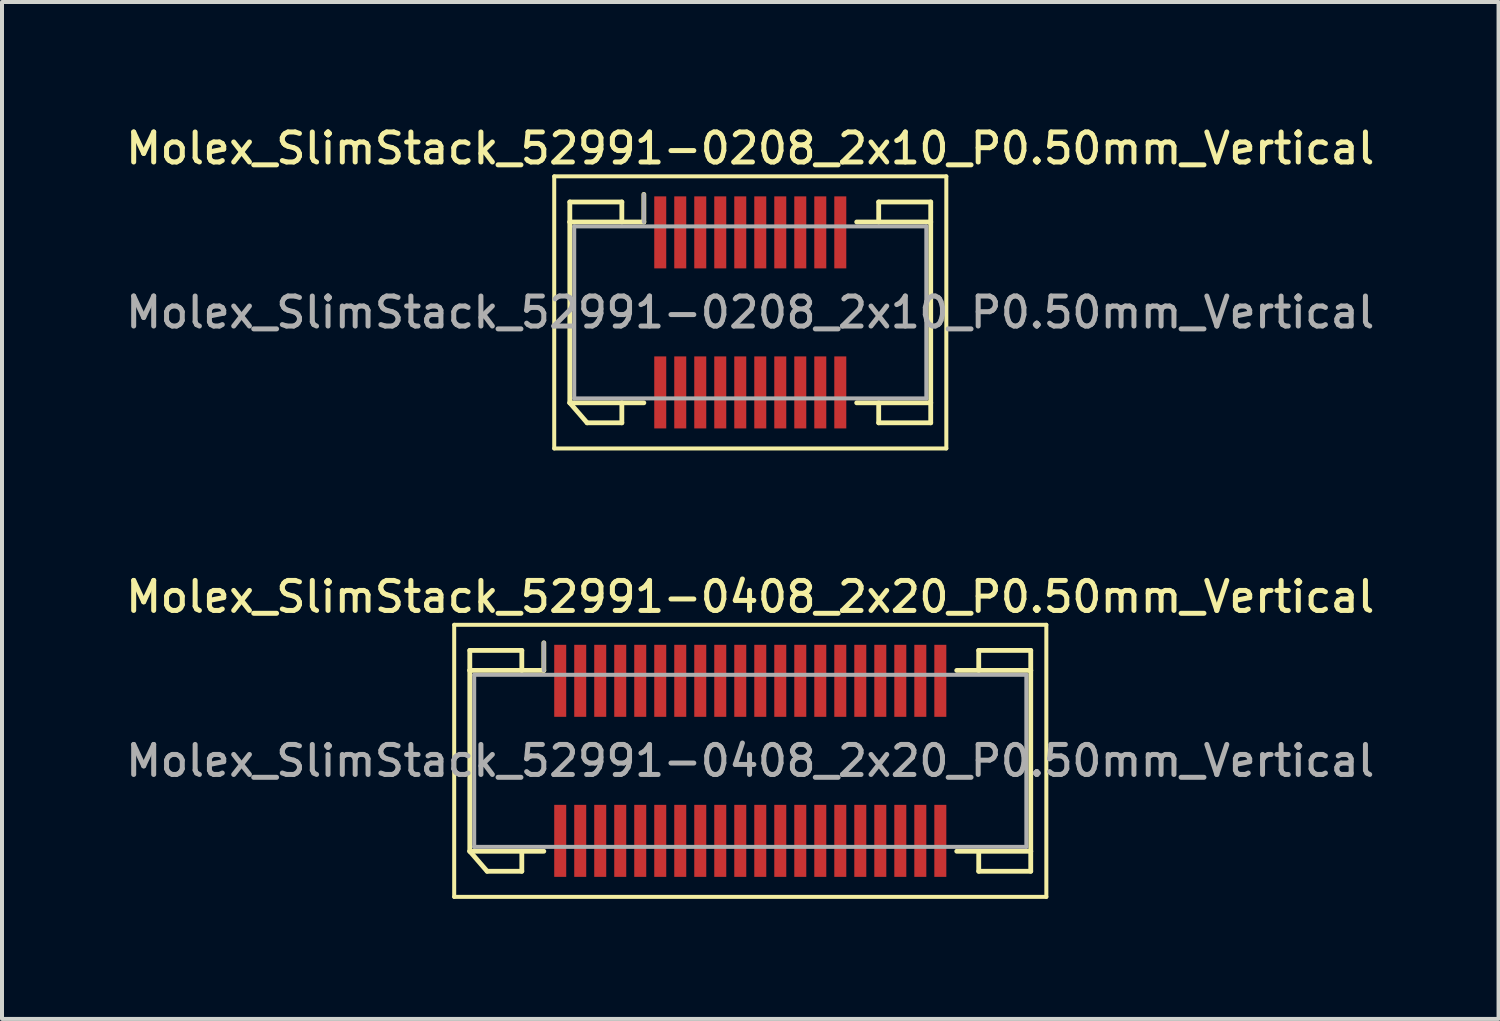
<source format=kicad_pcb>
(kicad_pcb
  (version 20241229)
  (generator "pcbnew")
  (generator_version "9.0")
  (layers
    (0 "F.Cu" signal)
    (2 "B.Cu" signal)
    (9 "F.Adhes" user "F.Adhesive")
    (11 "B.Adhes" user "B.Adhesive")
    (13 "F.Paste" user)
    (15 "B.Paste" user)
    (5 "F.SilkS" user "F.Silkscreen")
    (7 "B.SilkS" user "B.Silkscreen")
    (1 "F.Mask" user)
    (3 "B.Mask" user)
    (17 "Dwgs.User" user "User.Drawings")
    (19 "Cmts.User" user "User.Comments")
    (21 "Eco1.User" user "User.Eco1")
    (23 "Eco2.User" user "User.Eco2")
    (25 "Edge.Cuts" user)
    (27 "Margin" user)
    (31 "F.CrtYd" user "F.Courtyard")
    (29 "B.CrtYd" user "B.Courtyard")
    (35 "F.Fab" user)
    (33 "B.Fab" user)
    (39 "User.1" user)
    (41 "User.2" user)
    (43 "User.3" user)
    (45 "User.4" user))
  (footprint "Molex_SlimStack_52991-0408_2x20_P0.50mm_Vertical"
    (layer "F.Cu")
    (at 15.702 15.966)
    (property "Reference" "Molex_SlimStack_52991-0408_2x20_P0.50mm_Vertical" (at 0 -4.1 0) (layer "F.SilkS") (effects (font (size 0.75 0.75) (thickness 0.125))))
    (attr smd)
    (fp_line (start -7.4 -3.4) (end -7.4 3.4) (stroke (width 0.1) (type solid)) (layer "F.SilkS"))
    (fp_line (start -7.4 3.4) (end 7.4 3.4) (stroke (width 0.1) (type solid)) (layer "F.SilkS"))
    (fp_line (start -7.01 -2.76) (end -5.71 -2.76) (stroke (width 0.12) (type solid)) (layer "F.SilkS"))
    (fp_line (start -7.01 -2.26) (end -7.01 -2.76) (stroke (width 0.12) (type solid)) (layer "F.SilkS"))
    (fp_line (start -7.01 -2.26) (end -5.16 -2.26) (stroke (width 0.12) (type solid)) (layer "F.SilkS"))
    (fp_line (start -7.01 2.26) (end -7.01 -2.26) (stroke (width 0.12) (type solid)) (layer "F.SilkS"))
    (fp_line (start -7.01 2.26) (end -6.577 2.76) (stroke (width 0.12) (type solid)) (layer "F.SilkS"))
    (fp_line (start -6.577 2.76) (end -5.71 2.76) (stroke (width 0.12) (type solid)) (layer "F.SilkS"))
    (fp_line (start -5.71 -2.76) (end -5.71 -2.26) (stroke (width 0.12) (type solid)) (layer "F.SilkS"))
    (fp_line (start -5.71 2.76) (end -5.71 2.26) (stroke (width 0.12) (type solid)) (layer "F.SilkS"))
    (fp_line (start -5.16 -2.26) (end -5.16 -2.95) (stroke (width 0.12) (type solid)) (layer "F.SilkS"))
    (fp_line (start -5.16 2.26) (end -7.01 2.26) (stroke (width 0.12) (type solid)) (layer "F.SilkS"))
    (fp_line (start 5.16 2.26) (end 7.01 2.26) (stroke (width 0.12) (type solid)) (layer "F.SilkS"))
    (fp_line (start 5.71 -2.76) (end 5.71 -2.26) (stroke (width 0.12) (type solid)) (layer "F.SilkS"))
    (fp_line (start 5.71 2.76) (end 5.71 2.26) (stroke (width 0.12) (type solid)) (layer "F.SilkS"))
    (fp_line (start 7.01 -2.76) (end 5.71 -2.76) (stroke (width 0.12) (type solid)) (layer "F.SilkS"))
    (fp_line (start 7.01 -2.26) (end 5.16 -2.26) (stroke (width 0.12) (type solid)) (layer "F.SilkS"))
    (fp_line (start 7.01 -2.26) (end 7.01 -2.76) (stroke (width 0.12) (type solid)) (layer "F.SilkS"))
    (fp_line (start 7.01 2.26) (end 7.01 -2.26) (stroke (width 0.12) (type solid)) (layer "F.SilkS"))
    (fp_line (start 7.01 2.26) (end 7.01 2.76) (stroke (width 0.12) (type solid)) (layer "F.SilkS"))
    (fp_line (start 7.01 2.76) (end 5.71 2.76) (stroke (width 0.12) (type solid)) (layer "F.SilkS"))
    (fp_line (start 7.4 -3.4) (end -7.4 -3.4) (stroke (width 0.1) (type solid)) (layer "F.SilkS"))
    (fp_line (start 7.4 3.4) (end 7.4 -3.4) (stroke (width 0.1) (type solid)) (layer "F.SilkS"))
    (fp_line (start -6.9 -2.15) (end -6.9 2.15) (stroke (width 0.1) (type solid)) (layer "F.Fab"))
    (fp_line (start -6.9 2.15) (end 6.9 2.15) (stroke (width 0.1) (type solid)) (layer "F.Fab"))
    (fp_line (start -5.16 -2.26) (end -5.16 -2.95) (stroke (width 0.1) (type solid)) (layer "F.Fab"))
    (fp_line (start 6.9 -2.15) (end -6.9 -2.15) (stroke (width 0.1) (type solid)) (layer "F.Fab"))
    (fp_line (start 6.9 2.15) (end 6.9 -2.15) (stroke (width 0.1) (type solid)) (layer "F.Fab"))
    (fp_text user "${REFERENCE}" (at 0 0 0) (layer "F.Fab") (effects (font (size 0.75 0.75) (thickness 0.125))))
    (pad "1" smd rect (at -4.75 -2) (size 0.3 1.8) (layers "F.Cu" "F.Mask" "F.Paste"))
    (pad "2" smd rect (at -4.75 2) (size 0.3 1.8) (layers "F.Cu" "F.Mask" "F.Paste"))
    (pad "3" smd rect (at -4.25 -2) (size 0.3 1.8) (layers "F.Cu" "F.Mask" "F.Paste"))
    (pad "4" smd rect (at -4.25 2) (size 0.3 1.8) (layers "F.Cu" "F.Mask" "F.Paste"))
    (pad "5" smd rect (at -3.75 -2) (size 0.3 1.8) (layers "F.Cu" "F.Mask" "F.Paste"))
    (pad "6" smd rect (at -3.75 2) (size 0.3 1.8) (layers "F.Cu" "F.Mask" "F.Paste"))
    (pad "7" smd rect (at -3.25 -2) (size 0.3 1.8) (layers "F.Cu" "F.Mask" "F.Paste"))
    (pad "8" smd rect (at -3.25 2) (size 0.3 1.8) (layers "F.Cu" "F.Mask" "F.Paste"))
    (pad "9" smd rect (at -2.75 -2) (size 0.3 1.8) (layers "F.Cu" "F.Mask" "F.Paste"))
    (pad "10" smd rect (at -2.75 2) (size 0.3 1.8) (layers "F.Cu" "F.Mask" "F.Paste"))
    (pad "11" smd rect (at -2.25 -2) (size 0.3 1.8) (layers "F.Cu" "F.Mask" "F.Paste"))
    (pad "12" smd rect (at -2.25 2) (size 0.3 1.8) (layers "F.Cu" "F.Mask" "F.Paste"))
    (pad "13" smd rect (at -1.75 -2) (size 0.3 1.8) (layers "F.Cu" "F.Mask" "F.Paste"))
    (pad "14" smd rect (at -1.75 2) (size 0.3 1.8) (layers "F.Cu" "F.Mask" "F.Paste"))
    (pad "15" smd rect (at -1.25 -2) (size 0.3 1.8) (layers "F.Cu" "F.Mask" "F.Paste"))
    (pad "16" smd rect (at -1.25 2) (size 0.3 1.8) (layers "F.Cu" "F.Mask" "F.Paste"))
    (pad "17" smd rect (at -0.75 -2) (size 0.3 1.8) (layers "F.Cu" "F.Mask" "F.Paste"))
    (pad "18" smd rect (at -0.75 2) (size 0.3 1.8) (layers "F.Cu" "F.Mask" "F.Paste"))
    (pad "19" smd rect (at -0.25 -2) (size 0.3 1.8) (layers "F.Cu" "F.Mask" "F.Paste"))
    (pad "20" smd rect (at -0.25 2) (size 0.3 1.8) (layers "F.Cu" "F.Mask" "F.Paste"))
    (pad "21" smd rect (at 0.25 -2) (size 0.3 1.8) (layers "F.Cu" "F.Mask" "F.Paste"))
    (pad "22" smd rect (at 0.25 2) (size 0.3 1.8) (layers "F.Cu" "F.Mask" "F.Paste"))
    (pad "23" smd rect (at 0.75 -2) (size 0.3 1.8) (layers "F.Cu" "F.Mask" "F.Paste"))
    (pad "24" smd rect (at 0.75 2) (size 0.3 1.8) (layers "F.Cu" "F.Mask" "F.Paste"))
    (pad "25" smd rect (at 1.25 -2) (size 0.3 1.8) (layers "F.Cu" "F.Mask" "F.Paste"))
    (pad "26" smd rect (at 1.25 2) (size 0.3 1.8) (layers "F.Cu" "F.Mask" "F.Paste"))
    (pad "27" smd rect (at 1.75 -2) (size 0.3 1.8) (layers "F.Cu" "F.Mask" "F.Paste"))
    (pad "28" smd rect (at 1.75 2) (size 0.3 1.8) (layers "F.Cu" "F.Mask" "F.Paste"))
    (pad "29" smd rect (at 2.25 -2) (size 0.3 1.8) (layers "F.Cu" "F.Mask" "F.Paste"))
    (pad "30" smd rect (at 2.25 2) (size 0.3 1.8) (layers "F.Cu" "F.Mask" "F.Paste"))
    (pad "31" smd rect (at 2.75 -2) (size 0.3 1.8) (layers "F.Cu" "F.Mask" "F.Paste"))
    (pad "32" smd rect (at 2.75 2) (size 0.3 1.8) (layers "F.Cu" "F.Mask" "F.Paste"))
    (pad "33" smd rect (at 3.25 -2) (size 0.3 1.8) (layers "F.Cu" "F.Mask" "F.Paste"))
    (pad "34" smd rect (at 3.25 2) (size 0.3 1.8) (layers "F.Cu" "F.Mask" "F.Paste"))
    (pad "35" smd rect (at 3.75 -2) (size 0.3 1.8) (layers "F.Cu" "F.Mask" "F.Paste"))
    (pad "36" smd rect (at 3.75 2) (size 0.3 1.8) (layers "F.Cu" "F.Mask" "F.Paste"))
    (pad "37" smd rect (at 4.25 -2) (size 0.3 1.8) (layers "F.Cu" "F.Mask" "F.Paste"))
    (pad "38" smd rect (at 4.25 2) (size 0.3 1.8) (layers "F.Cu" "F.Mask" "F.Paste"))
    (pad "39" smd rect (at 4.75 -2) (size 0.3 1.8) (layers "F.Cu" "F.Mask" "F.Paste"))
    (pad "40" smd rect (at 4.75 2) (size 0.3 1.8) (layers "F.Cu" "F.Mask" "F.Paste")))
  (footprint "Molex_SlimStack_52991-0208_2x10_P0.50mm_Vertical"
    (layer "F.Cu")
    (at 15.702 4.758)
    (property "Reference" "Molex_SlimStack_52991-0208_2x10_P0.50mm_Vertical" (at 0 -4.1 0) (layer "F.SilkS") (effects (font (size 0.75 0.75) (thickness 0.125))))
    (attr smd)
    (fp_line (start -4.9 -3.4) (end -4.9 3.4) (stroke (width 0.1) (type solid)) (layer "F.SilkS"))
    (fp_line (start -4.9 3.4) (end 4.9 3.4) (stroke (width 0.1) (type solid)) (layer "F.SilkS"))
    (fp_line (start -4.51 -2.76) (end -3.21 -2.76) (stroke (width 0.12) (type solid)) (layer "F.SilkS"))
    (fp_line (start -4.51 -2.26) (end -4.51 -2.76) (stroke (width 0.12) (type solid)) (layer "F.SilkS"))
    (fp_line (start -4.51 -2.26) (end -2.66 -2.26) (stroke (width 0.12) (type solid)) (layer "F.SilkS"))
    (fp_line (start -4.51 2.26) (end -4.51 -2.26) (stroke (width 0.12) (type solid)) (layer "F.SilkS"))
    (fp_line (start -4.51 2.26) (end -4.077 2.76) (stroke (width 0.12) (type solid)) (layer "F.SilkS"))
    (fp_line (start -4.077 2.76) (end -3.21 2.76) (stroke (width 0.12) (type solid)) (layer "F.SilkS"))
    (fp_line (start -3.21 -2.76) (end -3.21 -2.26) (stroke (width 0.12) (type solid)) (layer "F.SilkS"))
    (fp_line (start -3.21 2.76) (end -3.21 2.26) (stroke (width 0.12) (type solid)) (layer "F.SilkS"))
    (fp_line (start -2.66 -2.26) (end -2.66 -2.95) (stroke (width 0.12) (type solid)) (layer "F.SilkS"))
    (fp_line (start -2.66 2.26) (end -4.51 2.26) (stroke (width 0.12) (type solid)) (layer "F.SilkS"))
    (fp_line (start 2.66 2.26) (end 4.51 2.26) (stroke (width 0.12) (type solid)) (layer "F.SilkS"))
    (fp_line (start 3.21 -2.76) (end 3.21 -2.26) (stroke (width 0.12) (type solid)) (layer "F.SilkS"))
    (fp_line (start 3.21 2.76) (end 3.21 2.26) (stroke (width 0.12) (type solid)) (layer "F.SilkS"))
    (fp_line (start 4.51 -2.76) (end 3.21 -2.76) (stroke (width 0.12) (type solid)) (layer "F.SilkS"))
    (fp_line (start 4.51 -2.26) (end 2.66 -2.26) (stroke (width 0.12) (type solid)) (layer "F.SilkS"))
    (fp_line (start 4.51 -2.26) (end 4.51 -2.76) (stroke (width 0.12) (type solid)) (layer "F.SilkS"))
    (fp_line (start 4.51 2.26) (end 4.51 -2.26) (stroke (width 0.12) (type solid)) (layer "F.SilkS"))
    (fp_line (start 4.51 2.26) (end 4.51 2.76) (stroke (width 0.12) (type solid)) (layer "F.SilkS"))
    (fp_line (start 4.51 2.76) (end 3.21 2.76) (stroke (width 0.12) (type solid)) (layer "F.SilkS"))
    (fp_line (start 4.9 -3.4) (end -4.9 -3.4) (stroke (width 0.1) (type solid)) (layer "F.SilkS"))
    (fp_line (start 4.9 3.4) (end 4.9 -3.4) (stroke (width 0.1) (type solid)) (layer "F.SilkS"))
    (fp_line (start -4.4 -2.15) (end -4.4 2.15) (stroke (width 0.1) (type solid)) (layer "F.Fab"))
    (fp_line (start -4.4 2.15) (end 4.4 2.15) (stroke (width 0.1) (type solid)) (layer "F.Fab"))
    (fp_line (start -2.66 -2.26) (end -2.66 -2.95) (stroke (width 0.1) (type solid)) (layer "F.Fab"))
    (fp_line (start 4.4 -2.15) (end -4.4 -2.15) (stroke (width 0.1) (type solid)) (layer "F.Fab"))
    (fp_line (start 4.4 2.15) (end 4.4 -2.15) (stroke (width 0.1) (type solid)) (layer "F.Fab"))
    (fp_text user "${REFERENCE}" (at 0 0 0) (layer "F.Fab") (effects (font (size 0.75 0.75) (thickness 0.125))))
    (pad "1" smd rect (at -2.25 -2) (size 0.3 1.8) (layers "F.Cu" "F.Mask" "F.Paste"))
    (pad "2" smd rect (at -2.25 2) (size 0.3 1.8) (layers "F.Cu" "F.Mask" "F.Paste"))
    (pad "3" smd rect (at -1.75 -2) (size 0.3 1.8) (layers "F.Cu" "F.Mask" "F.Paste"))
    (pad "4" smd rect (at -1.75 2) (size 0.3 1.8) (layers "F.Cu" "F.Mask" "F.Paste"))
    (pad "5" smd rect (at -1.25 -2) (size 0.3 1.8) (layers "F.Cu" "F.Mask" "F.Paste"))
    (pad "6" smd rect (at -1.25 2) (size 0.3 1.8) (layers "F.Cu" "F.Mask" "F.Paste"))
    (pad "7" smd rect (at -0.75 -2) (size 0.3 1.8) (layers "F.Cu" "F.Mask" "F.Paste"))
    (pad "8" smd rect (at -0.75 2) (size 0.3 1.8) (layers "F.Cu" "F.Mask" "F.Paste"))
    (pad "9" smd rect (at -0.25 -2) (size 0.3 1.8) (layers "F.Cu" "F.Mask" "F.Paste"))
    (pad "10" smd rect (at -0.25 2) (size 0.3 1.8) (layers "F.Cu" "F.Mask" "F.Paste"))
    (pad "11" smd rect (at 0.25 -2) (size 0.3 1.8) (layers "F.Cu" "F.Mask" "F.Paste"))
    (pad "12" smd rect (at 0.25 2) (size 0.3 1.8) (layers "F.Cu" "F.Mask" "F.Paste"))
    (pad "13" smd rect (at 0.75 -2) (size 0.3 1.8) (layers "F.Cu" "F.Mask" "F.Paste"))
    (pad "14" smd rect (at 0.75 2) (size 0.3 1.8) (layers "F.Cu" "F.Mask" "F.Paste"))
    (pad "15" smd rect (at 1.25 -2) (size 0.3 1.8) (layers "F.Cu" "F.Mask" "F.Paste"))
    (pad "16" smd rect (at 1.25 2) (size 0.3 1.8) (layers "F.Cu" "F.Mask" "F.Paste"))
    (pad "17" smd rect (at 1.75 -2) (size 0.3 1.8) (layers "F.Cu" "F.Mask" "F.Paste"))
    (pad "18" smd rect (at 1.75 2) (size 0.3 1.8) (layers "F.Cu" "F.Mask" "F.Paste"))
    (pad "19" smd rect (at 2.25 -2) (size 0.3 1.8) (layers "F.Cu" "F.Mask" "F.Paste"))
    (pad "20" smd rect (at 2.25 2) (size 0.3 1.8) (layers "F.Cu" "F.Mask" "F.Paste")))
  (gr_rect
    (start -3 -3)
    (end 34.404 22.416)
    (stroke (width 0.1) (type default))
    (fill no)
    (layer "Edge.Cuts")))
</source>
